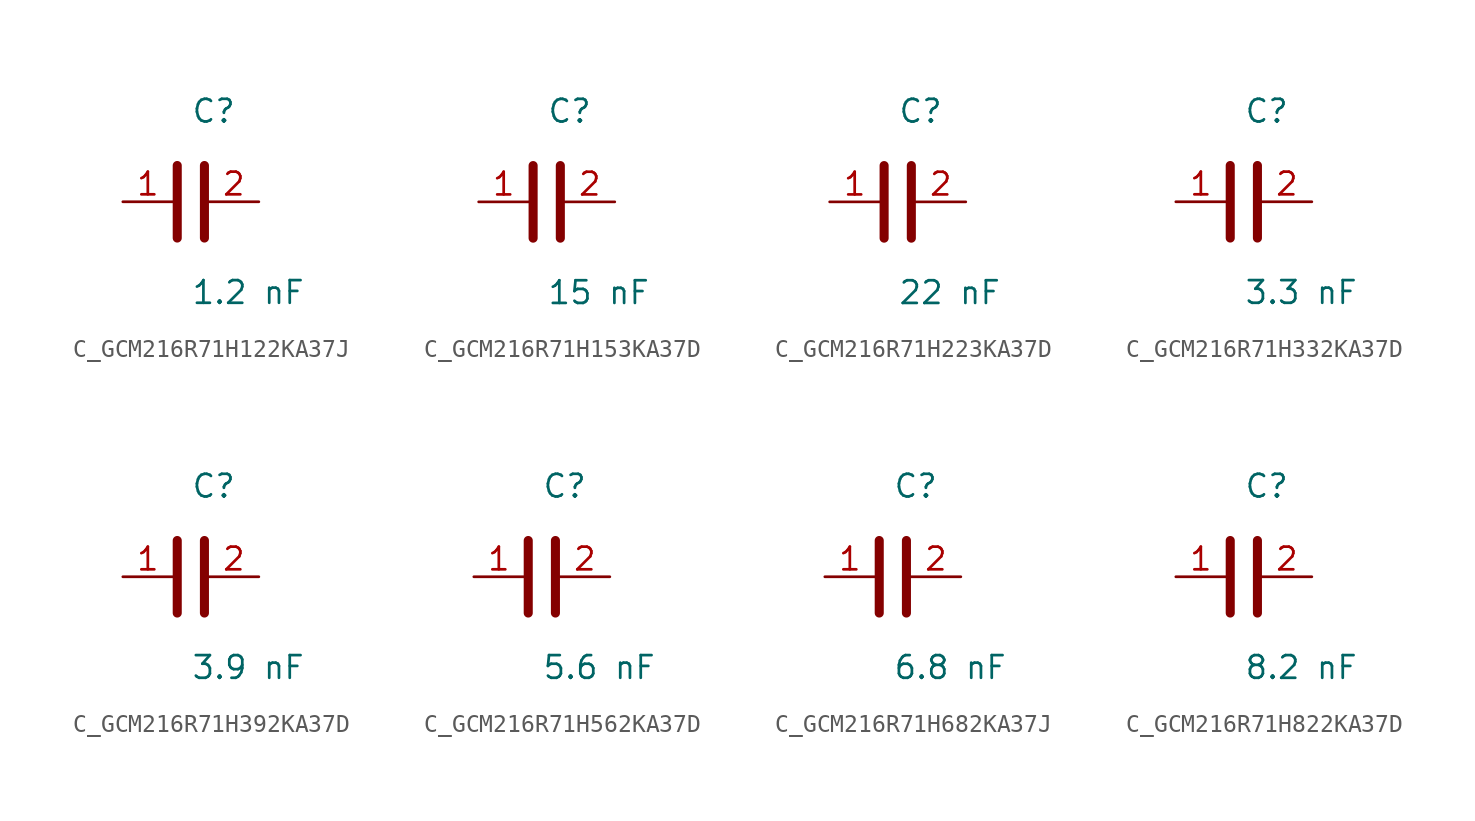
<source format=kicad_sym>
(kicad_symbol_lib
  (version 20231120)
  (generator kicad_symbol_editor)
  (generator_version 8.0)
  (symbol "C_GCM216R71H122KA37J"
    (pin_names
      (offset 0.254))
    (property "Reference" "C"
      (at 0.0 5.08 0)
      (effects (font (size 1.27 1.27)) (justify left)))
    (property "Value" "1.2 nF"
      (at 0.0 -5.08 0)
      (effects (font (size 1.27 1.27)) (justify left)))
    (symbol "C_GCM216R71H122KA37J_0_1"
      (polyline (pts (xy -0.762 -2.032) (xy -0.762 2.032)) (stroke (width 0.508) (type default)) (fill (type none)))
      (polyline (pts (xy 0.762 -2.032) (xy 0.762 2.032)) (stroke (width 0.508) (type default)) (fill (type none))))
    (pin unspecified line
      (at -3.81 0 0)
      (length 2.8)
      (name "" (effects (font (size 1.27 1.27))))
      (number "1" (effects (font (size 1.27 1.27)))))
    (pin unspecified line
      (at 3.81 0 180)
      (length 2.8)
      (name "" (effects (font (size 1.27 1.27))))
      (number "2" (effects (font (size 1.27 1.27))))))
  (symbol "C_GCM216R71H153KA37D"
    (pin_names
      (offset 0.254))
    (property "Reference" "C"
      (at 0.0 5.08 0)
      (effects (font (size 1.27 1.27)) (justify left)))
    (property "Value" "15 nF"
      (at 0.0 -5.08 0)
      (effects (font (size 1.27 1.27)) (justify left)))
    (symbol "C_GCM216R71H153KA37D_0_1"
      (polyline (pts (xy -0.762 -2.032) (xy -0.762 2.032)) (stroke (width 0.508) (type default)) (fill (type none)))
      (polyline (pts (xy 0.762 -2.032) (xy 0.762 2.032)) (stroke (width 0.508) (type default)) (fill (type none))))
    (pin unspecified line
      (at -3.81 0 0)
      (length 2.8)
      (name "" (effects (font (size 1.27 1.27))))
      (number "1" (effects (font (size 1.27 1.27)))))
    (pin unspecified line
      (at 3.81 0 180)
      (length 2.8)
      (name "" (effects (font (size 1.27 1.27))))
      (number "2" (effects (font (size 1.27 1.27))))))
  (symbol "C_GCM216R71H223KA37D"
    (pin_names
      (offset 0.254))
    (property "Reference" "C"
      (at 0.0 5.08 0)
      (effects (font (size 1.27 1.27)) (justify left)))
    (property "Value" "22 nF"
      (at 0.0 -5.08 0)
      (effects (font (size 1.27 1.27)) (justify left)))
    (symbol "C_GCM216R71H223KA37D_0_1"
      (polyline (pts (xy -0.762 -2.032) (xy -0.762 2.032)) (stroke (width 0.508) (type default)) (fill (type none)))
      (polyline (pts (xy 0.762 -2.032) (xy 0.762 2.032)) (stroke (width 0.508) (type default)) (fill (type none))))
    (pin unspecified line
      (at -3.81 0 0)
      (length 2.8)
      (name "" (effects (font (size 1.27 1.27))))
      (number "1" (effects (font (size 1.27 1.27)))))
    (pin unspecified line
      (at 3.81 0 180)
      (length 2.8)
      (name "" (effects (font (size 1.27 1.27))))
      (number "2" (effects (font (size 1.27 1.27))))))
  (symbol "C_GCM216R71H332KA37D"
    (pin_names
      (offset 0.254))
    (property "Reference" "C"
      (at 0.0 5.08 0)
      (effects (font (size 1.27 1.27)) (justify left)))
    (property "Value" "3.3 nF"
      (at 0.0 -5.08 0)
      (effects (font (size 1.27 1.27)) (justify left)))
    (symbol "C_GCM216R71H332KA37D_0_1"
      (polyline (pts (xy -0.762 -2.032) (xy -0.762 2.032)) (stroke (width 0.508) (type default)) (fill (type none)))
      (polyline (pts (xy 0.762 -2.032) (xy 0.762 2.032)) (stroke (width 0.508) (type default)) (fill (type none))))
    (pin unspecified line
      (at -3.81 0 0)
      (length 2.8)
      (name "" (effects (font (size 1.27 1.27))))
      (number "1" (effects (font (size 1.27 1.27)))))
    (pin unspecified line
      (at 3.81 0 180)
      (length 2.8)
      (name "" (effects (font (size 1.27 1.27))))
      (number "2" (effects (font (size 1.27 1.27))))))
  (symbol "C_GCM216R71H392KA37D"
    (pin_names
      (offset 0.254))
    (property "Reference" "C"
      (at 0.0 5.08 0)
      (effects (font (size 1.27 1.27)) (justify left)))
    (property "Value" "3.9 nF"
      (at 0.0 -5.08 0)
      (effects (font (size 1.27 1.27)) (justify left)))
    (symbol "C_GCM216R71H392KA37D_0_1"
      (polyline (pts (xy -0.762 -2.032) (xy -0.762 2.032)) (stroke (width 0.508) (type default)) (fill (type none)))
      (polyline (pts (xy 0.762 -2.032) (xy 0.762 2.032)) (stroke (width 0.508) (type default)) (fill (type none))))
    (pin unspecified line
      (at -3.81 0 0)
      (length 2.8)
      (name "" (effects (font (size 1.27 1.27))))
      (number "1" (effects (font (size 1.27 1.27)))))
    (pin unspecified line
      (at 3.81 0 180)
      (length 2.8)
      (name "" (effects (font (size 1.27 1.27))))
      (number "2" (effects (font (size 1.27 1.27))))))
  (symbol "C_GCM216R71H562KA37D"
    (pin_names
      (offset 0.254))
    (property "Reference" "C"
      (at 0.0 5.08 0)
      (effects (font (size 1.27 1.27)) (justify left)))
    (property "Value" "5.6 nF"
      (at 0.0 -5.08 0)
      (effects (font (size 1.27 1.27)) (justify left)))
    (symbol "C_GCM216R71H562KA37D_0_1"
      (polyline (pts (xy -0.762 -2.032) (xy -0.762 2.032)) (stroke (width 0.508) (type default)) (fill (type none)))
      (polyline (pts (xy 0.762 -2.032) (xy 0.762 2.032)) (stroke (width 0.508) (type default)) (fill (type none))))
    (pin unspecified line
      (at -3.81 0 0)
      (length 2.8)
      (name "" (effects (font (size 1.27 1.27))))
      (number "1" (effects (font (size 1.27 1.27)))))
    (pin unspecified line
      (at 3.81 0 180)
      (length 2.8)
      (name "" (effects (font (size 1.27 1.27))))
      (number "2" (effects (font (size 1.27 1.27))))))
  (symbol "C_GCM216R71H682KA37J"
    (pin_names
      (offset 0.254))
    (property "Reference" "C"
      (at 0.0 5.08 0)
      (effects (font (size 1.27 1.27)) (justify left)))
    (property "Value" "6.8 nF"
      (at 0.0 -5.08 0)
      (effects (font (size 1.27 1.27)) (justify left)))
    (symbol "C_GCM216R71H682KA37J_0_1"
      (polyline (pts (xy -0.762 -2.032) (xy -0.762 2.032)) (stroke (width 0.508) (type default)) (fill (type none)))
      (polyline (pts (xy 0.762 -2.032) (xy 0.762 2.032)) (stroke (width 0.508) (type default)) (fill (type none))))
    (pin unspecified line
      (at -3.81 0 0)
      (length 2.8)
      (name "" (effects (font (size 1.27 1.27))))
      (number "1" (effects (font (size 1.27 1.27)))))
    (pin unspecified line
      (at 3.81 0 180)
      (length 2.8)
      (name "" (effects (font (size 1.27 1.27))))
      (number "2" (effects (font (size 1.27 1.27))))))
  (symbol "C_GCM216R71H822KA37D"
    (pin_names
      (offset 0.254))
    (property "Reference" "C"
      (at 0.0 5.08 0)
      (effects (font (size 1.27 1.27)) (justify left)))
    (property "Value" "8.2 nF"
      (at 0.0 -5.08 0)
      (effects (font (size 1.27 1.27)) (justify left)))
    (symbol "C_GCM216R71H822KA37D_0_1"
      (polyline (pts (xy -0.762 -2.032) (xy -0.762 2.032)) (stroke (width 0.508) (type default)) (fill (type none)))
      (polyline (pts (xy 0.762 -2.032) (xy 0.762 2.032)) (stroke (width 0.508) (type default)) (fill (type none))))
    (pin unspecified line
      (at -3.81 0 0)
      (length 2.8)
      (name "" (effects (font (size 1.27 1.27))))
      (number "1" (effects (font (size 1.27 1.27)))))
    (pin unspecified line
      (at 3.81 0 180)
      (length 2.8)
      (name "" (effects (font (size 1.27 1.27))))
      (number "2" (effects (font (size 1.27 1.27)))))))
</source>
